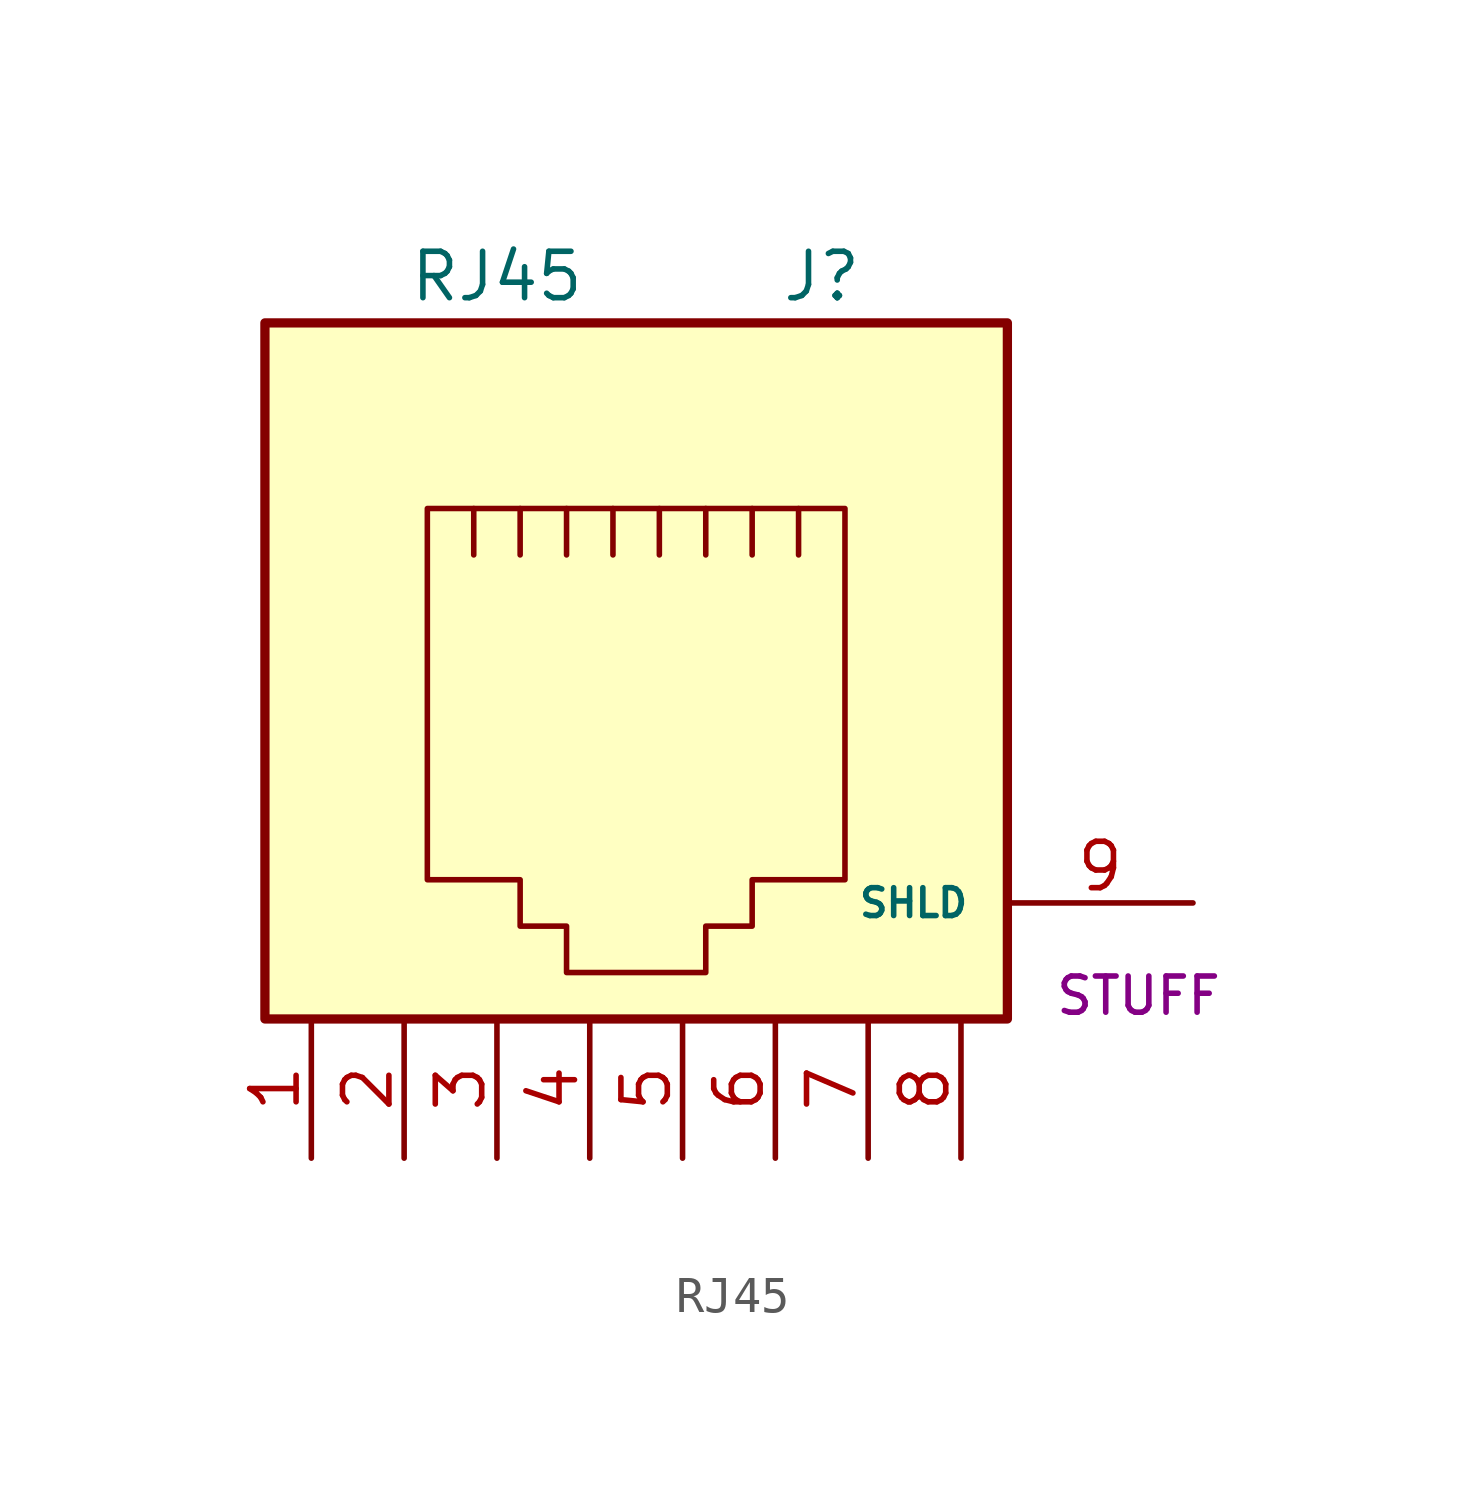
<source format=kicad_sym>
(kicad_symbol_lib
  (version 20211014)
  (generator kicad_symbol_editor)
  (symbol "RJ45"
    (pin_names
      (offset 1.016))
    (property "Reference" "J"
      (at 5.08 12.7 0)
      (effects (font (size 1.27 1.27))))
    (property "Value" "RJ45"
      (at -3.81 12.7 0)
      (effects (font (size 1.27 1.27))))
    (property "SKU" "STUFF"
      (at 11.43 -6.985 0)
      (effects (font (size 0.991 0.991)) (justify left)))
    (symbol "RJ45_0_1"
      (rectangle (start -10.16 -7.62) (end 10.16 11.43) (stroke (width 0.254) (type default) (color 0 0 0 0)) (fill (type background)))
      (polyline (pts (xy -4.445 5.08) (xy -4.445 6.35) (xy -4.445 6.35)) (stroke (width 0) (type default) (color 0 0 0 0)) (fill (type none)))
      (polyline (pts (xy -3.175 6.35) (xy -3.175 5.08) (xy -3.175 5.08)) (stroke (width 0) (type default) (color 0 0 0 0)) (fill (type none)))
      (polyline (pts (xy -1.905 6.35) (xy -1.905 5.08) (xy -1.905 5.08)) (stroke (width 0) (type default) (color 0 0 0 0)) (fill (type none)))
      (polyline (pts (xy -0.635 6.35) (xy -0.635 5.08) (xy -0.635 5.08)) (stroke (width 0) (type default) (color 0 0 0 0)) (fill (type none)))
      (polyline (pts (xy 0.635 6.35) (xy 0.635 5.08) (xy 0.635 5.08)) (stroke (width 0) (type default) (color 0 0 0 0)) (fill (type none)))
      (polyline (pts (xy 1.905 6.35) (xy 1.905 5.08) (xy 1.905 5.08)) (stroke (width 0) (type default) (color 0 0 0 0)) (fill (type none)))
      (polyline (pts (xy 3.175 5.08) (xy 3.175 6.35) (xy 3.175 6.35)) (stroke (width 0) (type default) (color 0 0 0 0)) (fill (type none)))
      (polyline (pts (xy 4.445 5.08) (xy 4.445 6.35) (xy 4.445 6.35)) (stroke (width 0) (type default) (color 0 0 0 0)) (fill (type none)))
      (polyline (pts (xy -5.715 6.35) (xy 5.715 6.35) (xy 5.715 -3.81) (xy 3.175 -3.81) (xy 3.175 -5.08) (xy 1.905 -5.08) (xy 1.905 -6.35) (xy -1.905 -6.35) (xy -1.905 -5.08) (xy -3.175 -5.08) (xy -3.175 -3.81) (xy -5.715 -3.81) (xy -5.715 6.35) (xy -5.715 6.35)) (stroke (width 0) (type default) (color 0 0 0 0)) (fill (type none))))
    (symbol "RJ45_1_1"
      (pin passive line (at -8.89 -11.43 90) (length 3.81) (name "~" (effects (font (size 1.27 1.27)))) (number "1" (effects (font (size 1.27 1.27)))))
      (pin passive line (at -6.35 -11.43 90) (length 3.81) (name "~" (effects (font (size 1.27 1.27)))) (number "2" (effects (font (size 1.27 1.27)))))
      (pin passive line (at -3.81 -11.43 90) (length 3.81) (name "~" (effects (font (size 1.27 1.27)))) (number "3" (effects (font (size 1.27 1.27)))))
      (pin passive line (at -1.27 -11.43 90) (length 3.81) (name "~" (effects (font (size 1.27 1.27)))) (number "4" (effects (font (size 1.27 1.27)))))
      (pin passive line (at 1.27 -11.43 90) (length 3.81) (name "~" (effects (font (size 1.27 1.27)))) (number "5" (effects (font (size 1.27 1.27)))))
      (pin passive line (at 3.81 -11.43 90) (length 3.81) (name "~" (effects (font (size 1.27 1.27)))) (number "6" (effects (font (size 1.27 1.27)))))
      (pin passive line (at 6.35 -11.43 90) (length 3.81) (name "~" (effects (font (size 1.27 1.27)))) (number "7" (effects (font (size 1.27 1.27)))))
      (pin passive line (at 8.89 -11.43 90) (length 3.81) (name "~" (effects (font (size 1.27 1.27)))) (number "8" (effects (font (size 1.27 1.27)))))
      (pin power_in line (at 15.24 -4.445 180) (length 5.08) (name "SHLD" (effects (font (size 0.762 0.762)))) (number "9" (effects (font (size 1.27 1.27))))))))
</source>
